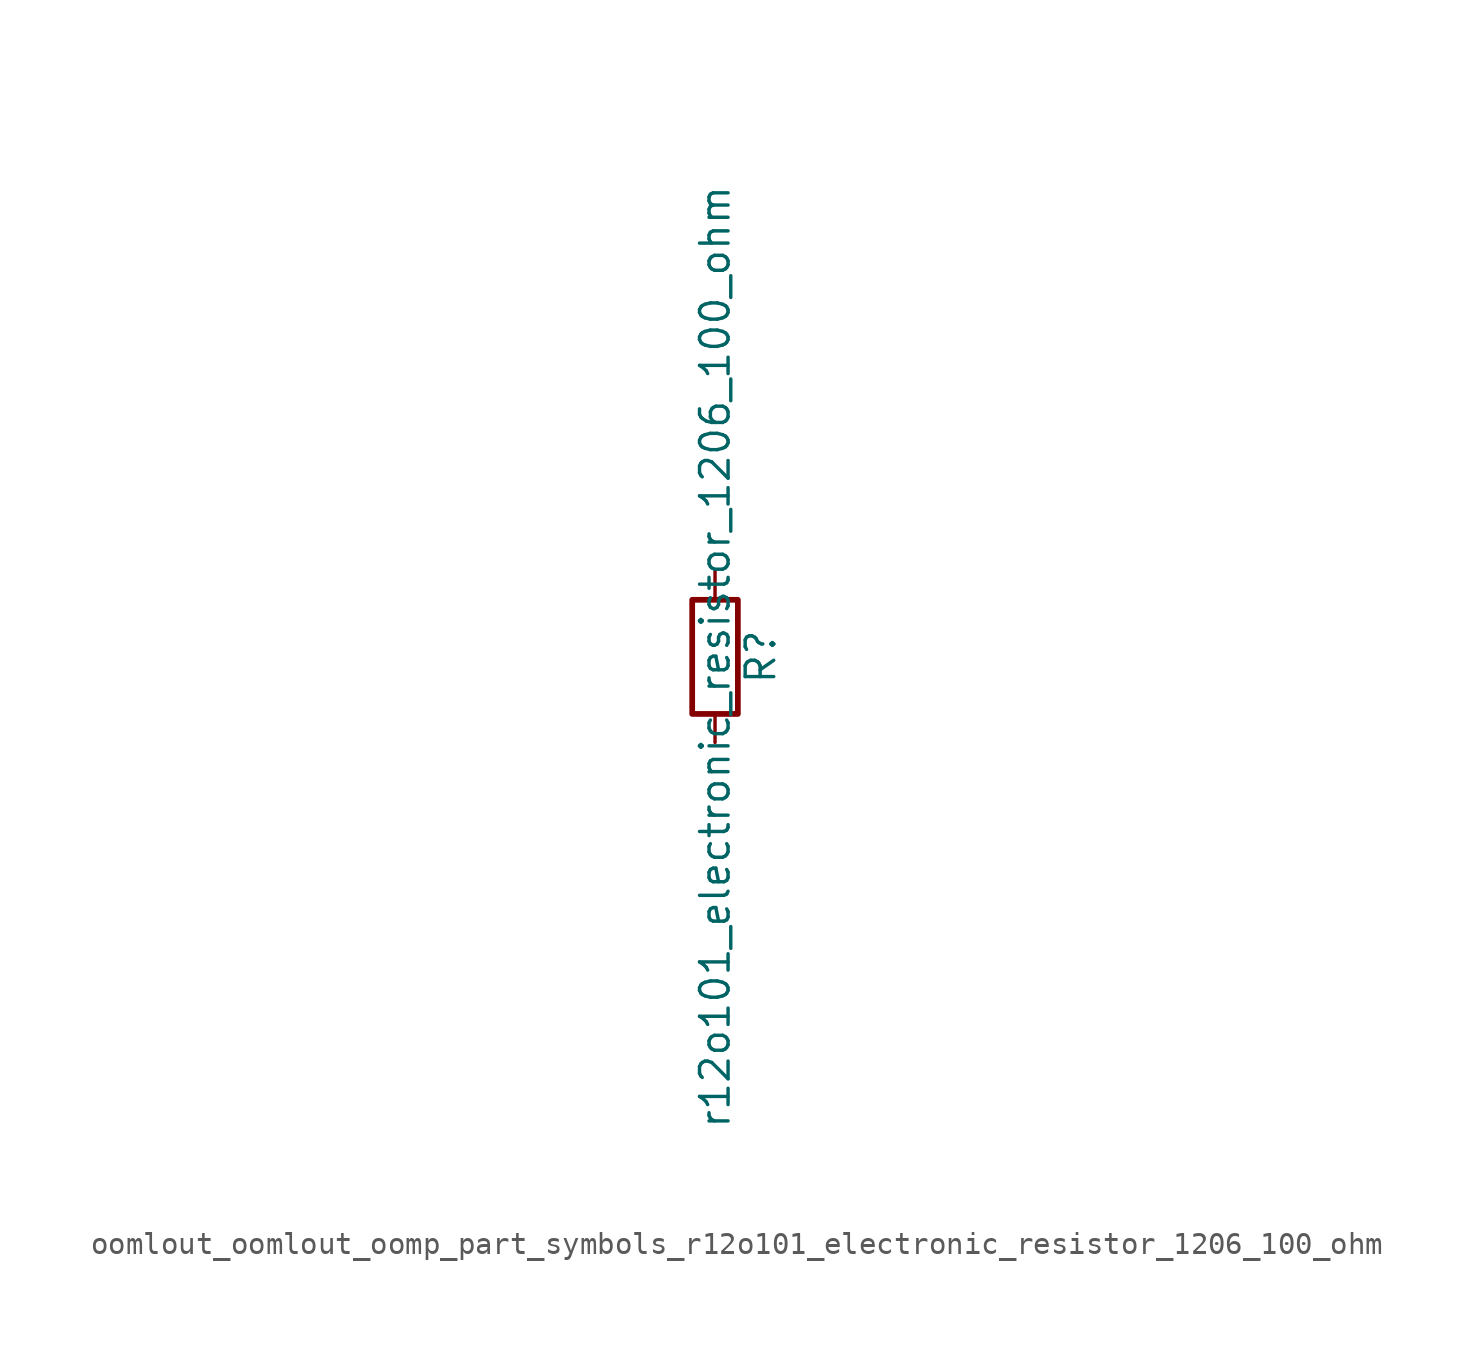
<source format=kicad_sym>
(kicad_symbol_lib
  (version 20220914)
  (generator kicad_symbol_editor)
  (symbol "oomlout_oomlout_oomp_part_symbols_r12o101_electronic_resistor_1206_100_ohm"
    (pin_numbers hide)
    (pin_names
      (offset 0))
    (property "Reference" "R"
      (at 2.032 0 90)
      (effects (font (size 1.27 1.27))))
    (property "Value" "r12o101_electronic_resistor_1206_100_ohm"
      (at 0 0 90)
      (effects (font (size 1.27 1.27))))
    (symbol "oomlout_oomlout_oomp_part_symbols_r12o101_electronic_resistor_1206_100_ohm_0_1"
      (rectangle (start -1.016 -2.54) (end 1.016 2.54) (stroke (width 0.254) (type default)) (fill (type none))))
    (symbol "oomlout_oomlout_oomp_part_symbols_r12o101_electronic_resistor_1206_100_ohm_1_1"
      (pin passive line (at 0 3.81 270) (length 1.27) (name "~" (effects (font (size 1.27 1.27)))) (number "1" (effects (font (size 1.27 1.27)))))
      (pin passive line (at 0 -3.81 90) (length 1.27) (name "~" (effects (font (size 1.27 1.27)))) (number "2" (effects (font (size 1.27 1.27))))))))
</source>
